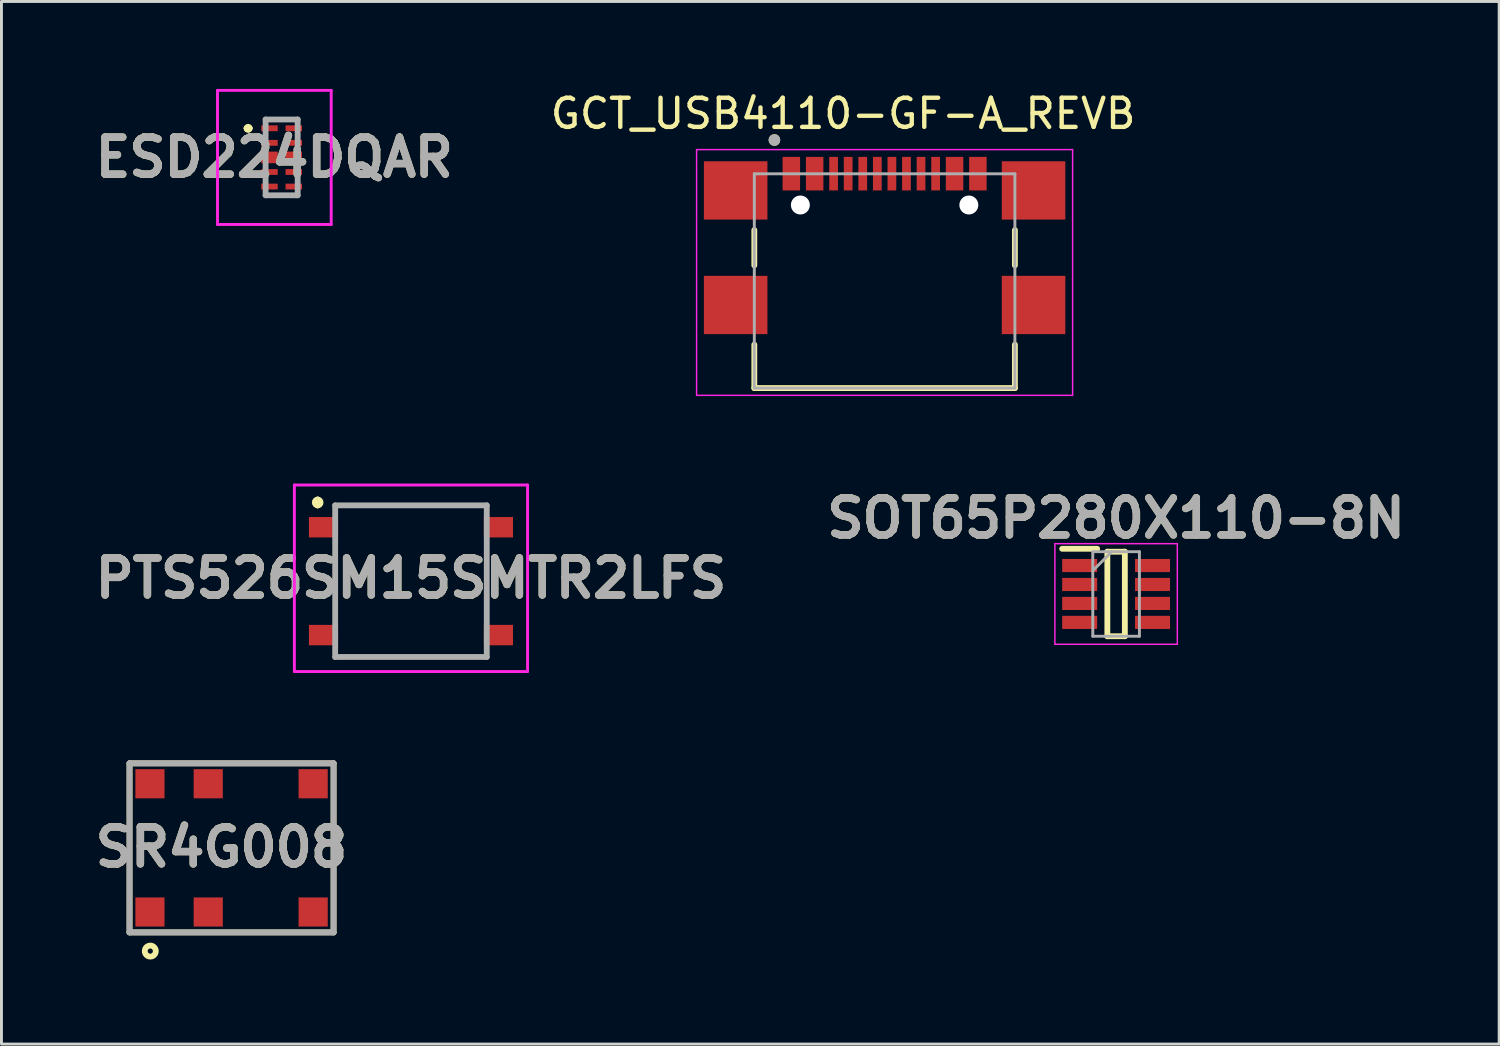
<source format=kicad_pcb>
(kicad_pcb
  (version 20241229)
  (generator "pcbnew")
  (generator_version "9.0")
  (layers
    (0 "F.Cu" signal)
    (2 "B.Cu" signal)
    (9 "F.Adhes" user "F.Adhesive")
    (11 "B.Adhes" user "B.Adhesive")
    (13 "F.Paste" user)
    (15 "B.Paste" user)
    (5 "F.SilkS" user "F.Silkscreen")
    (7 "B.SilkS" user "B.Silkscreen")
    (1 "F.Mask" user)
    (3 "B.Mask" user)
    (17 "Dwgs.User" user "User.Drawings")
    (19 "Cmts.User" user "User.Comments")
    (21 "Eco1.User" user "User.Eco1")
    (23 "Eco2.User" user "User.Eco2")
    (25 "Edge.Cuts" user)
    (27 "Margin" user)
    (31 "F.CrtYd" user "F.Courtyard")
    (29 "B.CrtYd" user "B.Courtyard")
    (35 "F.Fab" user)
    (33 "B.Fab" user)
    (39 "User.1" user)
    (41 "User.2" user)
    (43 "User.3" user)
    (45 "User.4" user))
  (footprint "PTS526SM15SMTR2LFS"
    (layer "F.Cu")
    (at 11.049 16.888)
    (property "Reference" "PTS526SM15SMTR2LFS" (at 0 -0.1 0) (layer "F.SilkS") (effects (font (size 1.27 1.27) (thickness 0.254))))
    (attr smd)
    (fp_line (start -3.2 -2.8) (end -3.2 -2.8) (stroke (width 0.2) (type solid)) (layer "F.SilkS"))
    (fp_line (start -3.2 -2.6) (end -3.2 -2.6) (stroke (width 0.2) (type solid)) (layer "F.SilkS"))
    (fp_line (start -2.6 -0.5) (end -2.6 0.5) (stroke (width 0.1) (type solid)) (layer "F.SilkS"))
    (fp_line (start -1.5 -2.6) (end 1.5 -2.6) (stroke (width 0.1) (type solid)) (layer "F.SilkS"))
    (fp_line (start -1.5 2.6) (end 1.5 2.6) (stroke (width 0.1) (type solid)) (layer "F.SilkS"))
    (fp_line (start 2.6 -0.5) (end 2.6 0.5) (stroke (width 0.1) (type solid)) (layer "F.SilkS"))
    (fp_arc (start -3.2 -2.8) (mid -3.1 -2.7) (end -3.2 -2.6) (stroke (width 0.2) (type solid)) (layer "F.SilkS"))
    (fp_arc (start -3.2 -2.6) (mid -3.3 -2.7) (end -3.2 -2.8) (stroke (width 0.2) (type solid)) (layer "F.SilkS"))
    (fp_line (start -4 -3.3) (end 4 -3.3) (stroke (width 0.1) (type solid)) (layer "F.CrtYd"))
    (fp_line (start -4 3.1) (end -4 -3.3) (stroke (width 0.1) (type solid)) (layer "F.CrtYd"))
    (fp_line (start 4 -3.3) (end 4 3.1) (stroke (width 0.1) (type solid)) (layer "F.CrtYd"))
    (fp_line (start 4 3.1) (end -4 3.1) (stroke (width 0.1) (type solid)) (layer "F.CrtYd"))
    (fp_line (start -2.6 -2.6) (end 2.6 -2.6) (stroke (width 0.2) (type solid)) (layer "F.Fab"))
    (fp_line (start -2.6 2.6) (end -2.6 -2.6) (stroke (width 0.2) (type solid)) (layer "F.Fab"))
    (fp_line (start 2.6 -2.6) (end 2.6 2.6) (stroke (width 0.2) (type solid)) (layer "F.Fab"))
    (fp_line (start 2.6 2.6) (end -2.6 2.6) (stroke (width 0.2) (type solid)) (layer "F.Fab"))
    (fp_text user "${REFERENCE}" (at 0 -0.1 0) (layer "F.Fab") (effects (font (size 1.27 1.27) (thickness 0.254))))
    (pad "1" smd rect (at -3 -1.85 90) (size 0.7 1) (layers "F.Cu" "F.Mask" "F.Paste"))
    (pad "2" smd rect (at 3 -1.85 90) (size 0.7 1) (layers "F.Cu" "F.Mask" "F.Paste"))
    (pad "3" smd rect (at -3 1.85 90) (size 0.7 1) (layers "F.Cu" "F.Mask" "F.Paste"))
    (pad "4" smd rect (at 3 1.85 90) (size 0.7 1) (layers "F.Cu" "F.Mask" "F.Paste")))
  (footprint "ESD224DQAR"
    (layer "F.Cu")
    (at 6.612 2.35)
    (property "Reference" "ESD224DQAR" (at -0.25 0 0) (layer "F.SilkS") (effects (font (size 1.27 1.27) (thickness 0.254))))
    (attr smd)
    (fp_line (start -1.2 -1) (end -1.2 -1) (stroke (width 0.2) (type solid)) (layer "F.SilkS"))
    (fp_line (start -1.2 -1) (end -1.2 -1) (stroke (width 0.2) (type solid)) (layer "F.SilkS"))
    (fp_line (start -1.1 -1) (end -1.1 -1) (stroke (width 0.2) (type solid)) (layer "F.SilkS"))
    (fp_arc (start -1.2 -1) (mid -1.15 -1.05) (end -1.1 -1) (stroke (width 0.2) (type solid)) (layer "F.SilkS"))
    (fp_arc (start -1.1 -1) (mid -1.15 -0.95) (end -1.2 -1) (stroke (width 0.2) (type solid)) (layer "F.SilkS"))
    (fp_arc (start -1.1 -1) (mid -1.15 -0.95) (end -1.2 -1) (stroke (width 0.2) (type solid)) (layer "F.SilkS"))
    (fp_line (start -2.2 -2.3) (end 1.7 -2.3) (stroke (width 0.1) (type solid)) (layer "F.CrtYd"))
    (fp_line (start -2.2 2.3) (end -2.2 -2.3) (stroke (width 0.1) (type solid)) (layer "F.CrtYd"))
    (fp_line (start 1.7 -2.3) (end 1.7 2.3) (stroke (width 0.1) (type solid)) (layer "F.CrtYd"))
    (fp_line (start 1.7 2.3) (end -2.2 2.3) (stroke (width 0.1) (type solid)) (layer "F.CrtYd"))
    (fp_line (start -0.55 -1.3) (end -0.55 1.3) (stroke (width 0.2) (type solid)) (layer "F.Fab"))
    (fp_line (start -0.55 1.3) (end 0.55 1.3) (stroke (width 0.2) (type solid)) (layer "F.Fab"))
    (fp_line (start 0.55 -1.3) (end -0.55 -1.3) (stroke (width 0.2) (type solid)) (layer "F.Fab"))
    (fp_line (start 0.55 1.3) (end 0.55 -1.3) (stroke (width 0.2) (type solid)) (layer "F.Fab"))
    (fp_text user "${REFERENCE}" (at -0.25 0 0) (layer "F.Fab") (effects (font (size 1.27 1.27) (thickness 0.254))))
    (pad "1" smd rect (at -0.417 -1 90) (size 0.2 0.565) (layers "F.Cu" "F.Mask" "F.Paste"))
    (pad "2" smd rect (at -0.417 -0.5 90) (size 0.2 0.565) (layers "F.Cu" "F.Mask" "F.Paste"))
    (pad "3" smd rect (at -0.417 0 90) (size 0.4 0.565) (layers "F.Cu" "F.Mask" "F.Paste"))
    (pad "4" smd rect (at -0.417 0.5 90) (size 0.2 0.565) (layers "F.Cu" "F.Mask" "F.Paste"))
    (pad "5" smd rect (at -0.417 1 90) (size 0.2 0.565) (layers "F.Cu" "F.Mask" "F.Paste"))
    (pad "6" smd rect (at 0.417 1 90) (size 0.2 0.565) (layers "F.Cu" "F.Mask" "F.Paste"))
    (pad "7" smd rect (at 0.417 0.5 90) (size 0.2 0.565) (layers "F.Cu" "F.Mask" "F.Paste"))
    (pad "8" smd rect (at 0.417 0 90) (size 0.4 0.565) (layers "F.Cu" "F.Mask" "F.Paste"))
    (pad "9" smd rect (at 0.417 -0.5 90) (size 0.2 0.565) (layers "F.Cu" "F.Mask" "F.Paste"))
    (pad "10" smd rect (at 0.417 -1 90) (size 0.2 0.565) (layers "F.Cu" "F.Mask" "F.Paste")))
  (footprint "GCT_USB4110-GF-A_REVB"
    (layer "F.Cu")
    (at 27.298 3.983)
    (property "Reference" "GCT_USB4110-GF-A_REVB" (at -1.425 -3.135 0) (layer "F.SilkS") (effects (font (size 1 1) (thickness 0.15))))
    (attr through_hole)
    (fp_line (start -4.47 0.86) (end -4.47 2.07) (stroke (width 0.2) (type solid)) (layer "F.SilkS"))
    (fp_line (start -4.47 4.79) (end -4.47 6.28) (stroke (width 0.2) (type solid)) (layer "F.SilkS"))
    (fp_line (start -4.47 6.28) (end 4.47 6.28) (stroke (width 0.2) (type solid)) (layer "F.SilkS"))
    (fp_line (start 4.47 0.86) (end 4.47 2.07) (stroke (width 0.2) (type solid)) (layer "F.SilkS"))
    (fp_line (start 4.47 6.28) (end 4.47 4.79) (stroke (width 0.2) (type solid)) (layer "F.SilkS"))
    (fp_circle (center -3.78 -2.23) (end -3.68 -2.23) (stroke (width 0.2) (type solid)) (fill no) (layer "F.SilkS"))
    (fp_line (start -6.45 -1.9) (end 6.45 -1.9) (stroke (width 0.05) (type solid)) (layer "F.CrtYd"))
    (fp_line (start -6.45 6.53) (end -6.45 -1.9) (stroke (width 0.05) (type solid)) (layer "F.CrtYd"))
    (fp_line (start 6.45 -1.9) (end 6.45 6.53) (stroke (width 0.05) (type solid)) (layer "F.CrtYd"))
    (fp_line (start 6.45 6.53) (end -6.45 6.53) (stroke (width 0.05) (type solid)) (layer "F.CrtYd"))
    (fp_line (start -4.47 -1.07) (end -4.47 6.28) (stroke (width 0.1) (type solid)) (layer "F.Fab"))
    (fp_line (start -4.47 6.28) (end 4.47 6.28) (stroke (width 0.1) (type solid)) (layer "F.Fab"))
    (fp_line (start 4.47 -1.07) (end -4.47 -1.07) (stroke (width 0.1) (type solid)) (layer "F.Fab"))
    (fp_line (start 4.47 6.28) (end 4.47 -1.07) (stroke (width 0.1) (type solid)) (layer "F.Fab"))
    (fp_circle (center -3.78 -2.23) (end -3.68 -2.23) (stroke (width 0.2) (type solid)) (fill no) (layer "F.Fab"))
    (pad "" np_thru_hole circle (at -2.89 0) (size 0.65 0.65) (drill 0.65) (layers "*.Cu" "*.Mask"))
    (pad "" np_thru_hole circle (at 2.89 0) (size 0.65 0.65) (drill 0.65) (layers "*.Cu" "*.Mask"))
    (pad "A1/B12" smd rect (at -3.2 -1.075) (size 0.6 1.15) (layers "F.Cu" "F.Mask" "F.Paste"))
    (pad "A4/B9" smd rect (at -2.4 -1.075) (size 0.6 1.15) (layers "F.Cu" "F.Mask" "F.Paste"))
    (pad "A5" smd rect (at -1.25 -1.075) (size 0.3 1.15) (layers "F.Cu" "F.Mask" "F.Paste"))
    (pad "A6" smd rect (at -0.25 -1.075) (size 0.3 1.15) (layers "F.Cu" "F.Mask" "F.Paste"))
    (pad "A7" smd rect (at 0.25 -1.075) (size 0.3 1.15) (layers "F.Cu" "F.Mask" "F.Paste"))
    (pad "A8" smd rect (at 1.25 -1.075) (size 0.3 1.15) (layers "F.Cu" "F.Mask" "F.Paste"))
    (pad "B1/A12" smd rect (at 3.2 -1.075) (size 0.6 1.15) (layers "F.Cu" "F.Mask" "F.Paste"))
    (pad "B4/A9" smd rect (at 2.4 -1.075) (size 0.6 1.15) (layers "F.Cu" "F.Mask" "F.Paste"))
    (pad "B5" smd rect (at 1.75 -1.075) (size 0.3 1.15) (layers "F.Cu" "F.Mask" "F.Paste"))
    (pad "B6" smd rect (at 0.75 -1.075) (size 0.3 1.15) (layers "F.Cu" "F.Mask" "F.Paste"))
    (pad "B7" smd rect (at -0.75 -1.075) (size 0.3 1.15) (layers "F.Cu" "F.Mask" "F.Paste"))
    (pad "B8" smd rect (at -1.75 -1.075) (size 0.3 1.15) (layers "F.Cu" "F.Mask" "F.Paste"))
    (pad "S1" smd rect (at -5.11 -0.5) (size 2.18 2) (layers "F.Cu" "F.Mask" "F.Paste"))
    (pad "S2" smd rect (at 5.11 -0.5) (size 2.18 2) (layers "F.Cu" "F.Mask" "F.Paste"))
    (pad "S3" smd rect (at -5.11 3.43) (size 2.18 2) (layers "F.Cu" "F.Mask" "F.Paste"))
    (pad "S4" smd rect (at 5.11 3.43) (size 2.18 2) (layers "F.Cu" "F.Mask" "F.Paste")))
  (footprint "SOT65P280X110-8N"
    (layer "F.Cu")
    (at 35.24 17.327)
    (property "Reference" "SOT65P280X110-8N" (at 0 -2.6 0) (layer "F.SilkS") (effects (font (size 1.27 1.27) (thickness 0.254))))
    (attr smd)
    (fp_line (start -1.85 -1.55) (end -0.65 -1.55) (stroke (width 0.2) (type solid)) (layer "F.SilkS"))
    (fp_line (start -0.3 -1.45) (end 0.3 -1.45) (stroke (width 0.2) (type solid)) (layer "F.SilkS"))
    (fp_line (start -0.3 1.45) (end -0.3 -1.45) (stroke (width 0.2) (type solid)) (layer "F.SilkS"))
    (fp_line (start 0.3 -1.45) (end 0.3 1.45) (stroke (width 0.2) (type solid)) (layer "F.SilkS"))
    (fp_line (start 0.3 1.45) (end -0.3 1.45) (stroke (width 0.2) (type solid)) (layer "F.SilkS"))
    (fp_line (start -2.1 -1.725) (end 2.1 -1.725) (stroke (width 0.05) (type solid)) (layer "F.CrtYd"))
    (fp_line (start -2.1 1.725) (end -2.1 -1.725) (stroke (width 0.05) (type solid)) (layer "F.CrtYd"))
    (fp_line (start 2.1 -1.725) (end 2.1 1.725) (stroke (width 0.05) (type solid)) (layer "F.CrtYd"))
    (fp_line (start 2.1 1.725) (end -2.1 1.725) (stroke (width 0.05) (type solid)) (layer "F.CrtYd"))
    (fp_line (start -0.8 -1.45) (end 0.8 -1.45) (stroke (width 0.1) (type solid)) (layer "F.Fab"))
    (fp_line (start -0.8 -0.8) (end -0.15 -1.45) (stroke (width 0.1) (type solid)) (layer "F.Fab"))
    (fp_line (start -0.8 1.45) (end -0.8 -1.45) (stroke (width 0.1) (type solid)) (layer "F.Fab"))
    (fp_line (start 0.8 -1.45) (end 0.8 1.45) (stroke (width 0.1) (type solid)) (layer "F.Fab"))
    (fp_line (start 0.8 1.45) (end -0.8 1.45) (stroke (width 0.1) (type solid)) (layer "F.Fab"))
    (fp_text user "${REFERENCE}" (at 0 -2.6 0) (layer "F.Fab") (effects (font (size 1.27 1.27) (thickness 0.254))))
    (pad "1" smd rect (at -1.25 -0.975 90) (size 0.45 1.2) (layers "F.Cu" "F.Mask" "F.Paste"))
    (pad "2" smd rect (at -1.25 -0.325 90) (size 0.45 1.2) (layers "F.Cu" "F.Mask" "F.Paste"))
    (pad "3" smd rect (at -1.25 0.325 90) (size 0.45 1.2) (layers "F.Cu" "F.Mask" "F.Paste"))
    (pad "4" smd rect (at -1.25 0.975 90) (size 0.45 1.2) (layers "F.Cu" "F.Mask" "F.Paste"))
    (pad "5" smd rect (at 1.25 0.975 90) (size 0.45 1.2) (layers "F.Cu" "F.Mask" "F.Paste"))
    (pad "6" smd rect (at 1.25 0.325 90) (size 0.45 1.2) (layers "F.Cu" "F.Mask" "F.Paste"))
    (pad "7" smd rect (at 1.25 -0.325 90) (size 0.45 1.2) (layers "F.Cu" "F.Mask" "F.Paste"))
    (pad "8" smd rect (at 1.25 -0.975 90) (size 0.45 1.2) (layers "F.Cu" "F.Mask" "F.Paste")))
  (footprint "SR4G008"
    (layer "F.Cu")
    (at 4.894 26.038)
    (property "Reference" "SR4G008" (at -0.346 -0.025 0) (layer "F.SilkS") (effects (font (size 1.27 1.27) (thickness 0.254))))
    (attr smd)
    (fp_line (start -3.5 -2.9) (end 3.5 -2.9) (stroke (width 0.2) (type solid)) (layer "F.SilkS"))
    (fp_line (start -3.5 2.9) (end -3.5 -2.9) (stroke (width 0.2) (type solid)) (layer "F.SilkS"))
    (fp_line (start 3.5 -2.9) (end 3.5 2.9) (stroke (width 0.2) (type solid)) (layer "F.SilkS"))
    (fp_line (start 3.5 2.9) (end -3.5 2.9) (stroke (width 0.2) (type solid)) (layer "F.SilkS"))
    (fp_circle (center -2.788 3.541) (end -2.788 3.63) (stroke (width 0.2) (type solid)) (fill no) (layer "F.SilkS"))
    (fp_line (start -3.5 -2.9) (end 3.5 -2.9) (stroke (width 0.2) (type solid)) (layer "F.Fab"))
    (fp_line (start -3.5 2.9) (end -3.5 -2.9) (stroke (width 0.2) (type solid)) (layer "F.Fab"))
    (fp_line (start 3.5 -2.9) (end 3.5 2.9) (stroke (width 0.2) (type solid)) (layer "F.Fab"))
    (fp_line (start 3.5 2.9) (end -3.5 2.9) (stroke (width 0.2) (type solid)) (layer "F.Fab"))
    (fp_text user "${REFERENCE}" (at -0.346 -0.025 0) (layer "F.Fab") (effects (font (size 1.27 1.27) (thickness 0.254))))
    (pad "1" smd rect (at -2.8 2.2 90) (size 1 1) (layers "F.Cu" "F.Mask" "F.Paste"))
    (pad "2" smd rect (at -0.8 2.2 90) (size 1 1) (layers "F.Cu" "F.Mask" "F.Paste"))
    (pad "3" smd rect (at 2.8 2.2 90) (size 1 1) (layers "F.Cu" "F.Mask" "F.Paste"))
    (pad "4" smd rect (at 2.8 -2.2 90) (size 1 1) (layers "F.Cu" "F.Mask" "F.Paste"))
    (pad "5" smd rect (at -0.8 -2.2 90) (size 1 1) (layers "F.Cu" "F.Mask" "F.Paste"))
    (pad "6" smd rect (at -2.8 -2.2 90) (size 1 1) (layers "F.Cu" "F.Mask" "F.Paste")))
  (gr_rect
    (start -3 -3)
    (end 48.382 32.768)
    (stroke (width 0.1) (type default))
    (fill no)
    (layer "Edge.Cuts")))
</source>
